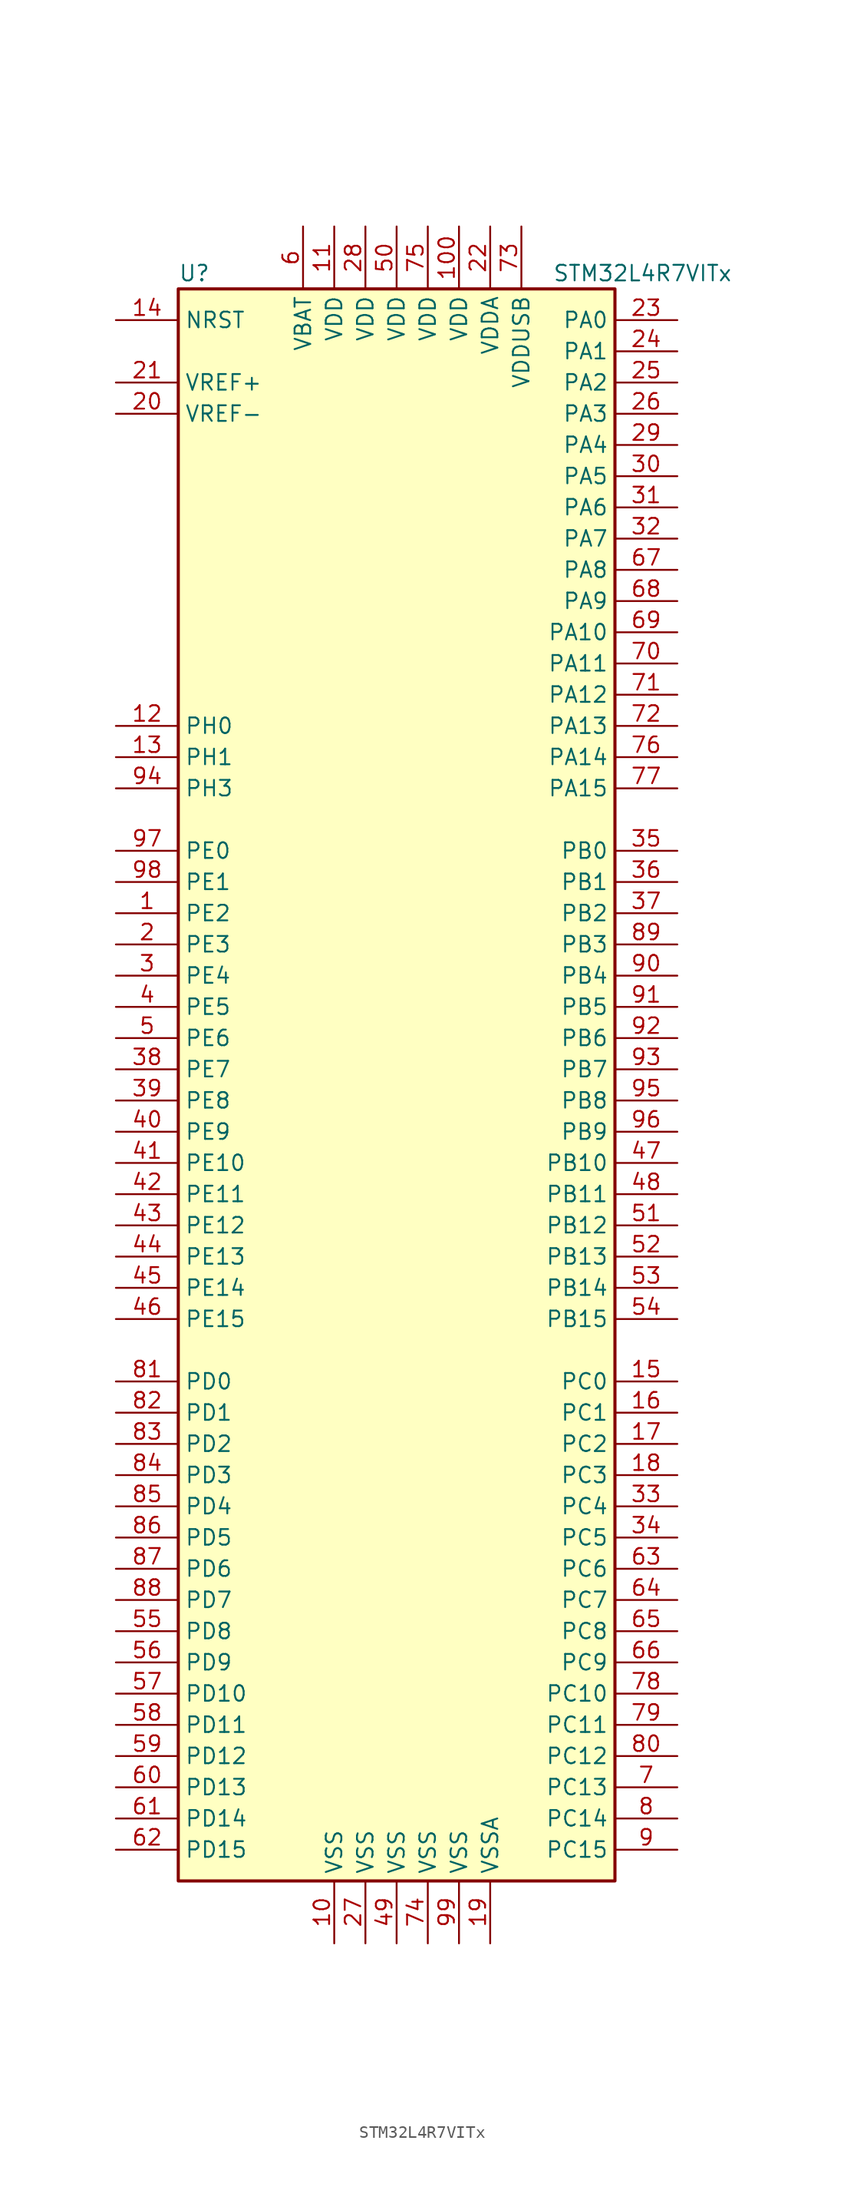
<source format=kicad_sym>
(kicad_symbol_lib
  (version 20220914)
  (generator kicad_symbol_editor)
  (symbol "STM32L4R7VITx"
    (property "Reference" "U"
      (at -17.78 64.77 0)
      (effects (font (size 1.27 1.27)) (justify left)))
    (property "Value" "STM32L4R7VITx"
      (at 12.7 64.77 0)
      (effects (font (size 1.27 1.27)) (justify left)))
    (symbol "STM32L4R7VITx_0_1"
      (rectangle (start -17.78 -66.04) (end 17.78 63.5) (stroke (width 0.254) (type default)) (fill (type background))))
    (symbol "STM32L4R7VITx_1_1"
      (pin bidirectional line (at -22.86 12.7 0) (length 5.08) (name "PE2" (effects (font (size 1.27 1.27)))) (number "1" (effects (font (size 1.27 1.27)))))
      (pin power_in line (at -5.08 -71.12 90) (length 5.08) (name "VSS" (effects (font (size 1.27 1.27)))) (number "10" (effects (font (size 1.27 1.27)))))
      (pin power_in line (at 5.08 68.58 270) (length 5.08) (name "VDD" (effects (font (size 1.27 1.27)))) (number "100" (effects (font (size 1.27 1.27)))))
      (pin power_in line (at -5.08 68.58 270) (length 5.08) (name "VDD" (effects (font (size 1.27 1.27)))) (number "11" (effects (font (size 1.27 1.27)))))
      (pin input line (at -22.86 27.94 0) (length 5.08) (name "PH0" (effects (font (size 1.27 1.27)))) (number "12" (effects (font (size 1.27 1.27)))))
      (pin input line (at -22.86 25.4 0) (length 5.08) (name "PH1" (effects (font (size 1.27 1.27)))) (number "13" (effects (font (size 1.27 1.27)))))
      (pin input line (at -22.86 60.96 0) (length 5.08) (name "NRST" (effects (font (size 1.27 1.27)))) (number "14" (effects (font (size 1.27 1.27)))))
      (pin bidirectional line (at 22.86 -25.4 180) (length 5.08) (name "PC0" (effects (font (size 1.27 1.27)))) (number "15" (effects (font (size 1.27 1.27)))))
      (pin bidirectional line (at 22.86 -27.94 180) (length 5.08) (name "PC1" (effects (font (size 1.27 1.27)))) (number "16" (effects (font (size 1.27 1.27)))))
      (pin bidirectional line (at 22.86 -30.48 180) (length 5.08) (name "PC2" (effects (font (size 1.27 1.27)))) (number "17" (effects (font (size 1.27 1.27)))))
      (pin bidirectional line (at 22.86 -33.02 180) (length 5.08) (name "PC3" (effects (font (size 1.27 1.27)))) (number "18" (effects (font (size 1.27 1.27)))))
      (pin power_in line (at 7.62 -71.12 90) (length 5.08) (name "VSSA" (effects (font (size 1.27 1.27)))) (number "19" (effects (font (size 1.27 1.27)))))
      (pin bidirectional line (at -22.86 10.16 0) (length 5.08) (name "PE3" (effects (font (size 1.27 1.27)))) (number "2" (effects (font (size 1.27 1.27)))))
      (pin power_in line (at -22.86 53.34 0) (length 5.08) (name "VREF-" (effects (font (size 1.27 1.27)))) (number "20" (effects (font (size 1.27 1.27)))))
      (pin bidirectional line (at -22.86 55.88 0) (length 5.08) (name "VREF+" (effects (font (size 1.27 1.27)))) (number "21" (effects (font (size 1.27 1.27)))))
      (pin power_in line (at 7.62 68.58 270) (length 5.08) (name "VDDA" (effects (font (size 1.27 1.27)))) (number "22" (effects (font (size 1.27 1.27)))))
      (pin bidirectional line (at 22.86 60.96 180) (length 5.08) (name "PA0" (effects (font (size 1.27 1.27)))) (number "23" (effects (font (size 1.27 1.27)))))
      (pin bidirectional line (at 22.86 58.42 180) (length 5.08) (name "PA1" (effects (font (size 1.27 1.27)))) (number "24" (effects (font (size 1.27 1.27)))))
      (pin bidirectional line (at 22.86 55.88 180) (length 5.08) (name "PA2" (effects (font (size 1.27 1.27)))) (number "25" (effects (font (size 1.27 1.27)))))
      (pin bidirectional line (at 22.86 53.34 180) (length 5.08) (name "PA3" (effects (font (size 1.27 1.27)))) (number "26" (effects (font (size 1.27 1.27)))))
      (pin power_in line (at -2.54 -71.12 90) (length 5.08) (name "VSS" (effects (font (size 1.27 1.27)))) (number "27" (effects (font (size 1.27 1.27)))))
      (pin power_in line (at -2.54 68.58 270) (length 5.08) (name "VDD" (effects (font (size 1.27 1.27)))) (number "28" (effects (font (size 1.27 1.27)))))
      (pin bidirectional line (at 22.86 50.8 180) (length 5.08) (name "PA4" (effects (font (size 1.27 1.27)))) (number "29" (effects (font (size 1.27 1.27)))))
      (pin bidirectional line (at -22.86 7.62 0) (length 5.08) (name "PE4" (effects (font (size 1.27 1.27)))) (number "3" (effects (font (size 1.27 1.27)))))
      (pin bidirectional line (at 22.86 48.26 180) (length 5.08) (name "PA5" (effects (font (size 1.27 1.27)))) (number "30" (effects (font (size 1.27 1.27)))))
      (pin bidirectional line (at 22.86 45.72 180) (length 5.08) (name "PA6" (effects (font (size 1.27 1.27)))) (number "31" (effects (font (size 1.27 1.27)))))
      (pin bidirectional line (at 22.86 43.18 180) (length 5.08) (name "PA7" (effects (font (size 1.27 1.27)))) (number "32" (effects (font (size 1.27 1.27)))))
      (pin bidirectional line (at 22.86 -35.56 180) (length 5.08) (name "PC4" (effects (font (size 1.27 1.27)))) (number "33" (effects (font (size 1.27 1.27)))))
      (pin bidirectional line (at 22.86 -38.1 180) (length 5.08) (name "PC5" (effects (font (size 1.27 1.27)))) (number "34" (effects (font (size 1.27 1.27)))))
      (pin bidirectional line (at 22.86 17.78 180) (length 5.08) (name "PB0" (effects (font (size 1.27 1.27)))) (number "35" (effects (font (size 1.27 1.27)))))
      (pin bidirectional line (at 22.86 15.24 180) (length 5.08) (name "PB1" (effects (font (size 1.27 1.27)))) (number "36" (effects (font (size 1.27 1.27)))))
      (pin bidirectional line (at 22.86 12.7 180) (length 5.08) (name "PB2" (effects (font (size 1.27 1.27)))) (number "37" (effects (font (size 1.27 1.27)))))
      (pin bidirectional line (at -22.86 0 0) (length 5.08) (name "PE7" (effects (font (size 1.27 1.27)))) (number "38" (effects (font (size 1.27 1.27)))))
      (pin bidirectional line (at -22.86 -2.54 0) (length 5.08) (name "PE8" (effects (font (size 1.27 1.27)))) (number "39" (effects (font (size 1.27 1.27)))))
      (pin bidirectional line (at -22.86 5.08 0) (length 5.08) (name "PE5" (effects (font (size 1.27 1.27)))) (number "4" (effects (font (size 1.27 1.27)))))
      (pin bidirectional line (at -22.86 -5.08 0) (length 5.08) (name "PE9" (effects (font (size 1.27 1.27)))) (number "40" (effects (font (size 1.27 1.27)))))
      (pin bidirectional line (at -22.86 -7.62 0) (length 5.08) (name "PE10" (effects (font (size 1.27 1.27)))) (number "41" (effects (font (size 1.27 1.27)))))
      (pin bidirectional line (at -22.86 -10.16 0) (length 5.08) (name "PE11" (effects (font (size 1.27 1.27)))) (number "42" (effects (font (size 1.27 1.27)))))
      (pin bidirectional line (at -22.86 -12.7 0) (length 5.08) (name "PE12" (effects (font (size 1.27 1.27)))) (number "43" (effects (font (size 1.27 1.27)))))
      (pin bidirectional line (at -22.86 -15.24 0) (length 5.08) (name "PE13" (effects (font (size 1.27 1.27)))) (number "44" (effects (font (size 1.27 1.27)))))
      (pin bidirectional line (at -22.86 -17.78 0) (length 5.08) (name "PE14" (effects (font (size 1.27 1.27)))) (number "45" (effects (font (size 1.27 1.27)))))
      (pin bidirectional line (at -22.86 -20.32 0) (length 5.08) (name "PE15" (effects (font (size 1.27 1.27)))) (number "46" (effects (font (size 1.27 1.27)))))
      (pin bidirectional line (at 22.86 -7.62 180) (length 5.08) (name "PB10" (effects (font (size 1.27 1.27)))) (number "47" (effects (font (size 1.27 1.27)))))
      (pin bidirectional line (at 22.86 -10.16 180) (length 5.08) (name "PB11" (effects (font (size 1.27 1.27)))) (number "48" (effects (font (size 1.27 1.27)))))
      (pin power_in line (at 0 -71.12 90) (length 5.08) (name "VSS" (effects (font (size 1.27 1.27)))) (number "49" (effects (font (size 1.27 1.27)))))
      (pin bidirectional line (at -22.86 2.54 0) (length 5.08) (name "PE6" (effects (font (size 1.27 1.27)))) (number "5" (effects (font (size 1.27 1.27)))))
      (pin power_in line (at 0 68.58 270) (length 5.08) (name "VDD" (effects (font (size 1.27 1.27)))) (number "50" (effects (font (size 1.27 1.27)))))
      (pin bidirectional line (at 22.86 -12.7 180) (length 5.08) (name "PB12" (effects (font (size 1.27 1.27)))) (number "51" (effects (font (size 1.27 1.27)))))
      (pin bidirectional line (at 22.86 -15.24 180) (length 5.08) (name "PB13" (effects (font (size 1.27 1.27)))) (number "52" (effects (font (size 1.27 1.27)))))
      (pin bidirectional line (at 22.86 -17.78 180) (length 5.08) (name "PB14" (effects (font (size 1.27 1.27)))) (number "53" (effects (font (size 1.27 1.27)))))
      (pin bidirectional line (at 22.86 -20.32 180) (length 5.08) (name "PB15" (effects (font (size 1.27 1.27)))) (number "54" (effects (font (size 1.27 1.27)))))
      (pin bidirectional line (at -22.86 -45.72 0) (length 5.08) (name "PD8" (effects (font (size 1.27 1.27)))) (number "55" (effects (font (size 1.27 1.27)))))
      (pin bidirectional line (at -22.86 -48.26 0) (length 5.08) (name "PD9" (effects (font (size 1.27 1.27)))) (number "56" (effects (font (size 1.27 1.27)))))
      (pin bidirectional line (at -22.86 -50.8 0) (length 5.08) (name "PD10" (effects (font (size 1.27 1.27)))) (number "57" (effects (font (size 1.27 1.27)))))
      (pin bidirectional line (at -22.86 -53.34 0) (length 5.08) (name "PD11" (effects (font (size 1.27 1.27)))) (number "58" (effects (font (size 1.27 1.27)))))
      (pin bidirectional line (at -22.86 -55.88 0) (length 5.08) (name "PD12" (effects (font (size 1.27 1.27)))) (number "59" (effects (font (size 1.27 1.27)))))
      (pin power_in line (at -7.62 68.58 270) (length 5.08) (name "VBAT" (effects (font (size 1.27 1.27)))) (number "6" (effects (font (size 1.27 1.27)))))
      (pin bidirectional line (at -22.86 -58.42 0) (length 5.08) (name "PD13" (effects (font (size 1.27 1.27)))) (number "60" (effects (font (size 1.27 1.27)))))
      (pin bidirectional line (at -22.86 -60.96 0) (length 5.08) (name "PD14" (effects (font (size 1.27 1.27)))) (number "61" (effects (font (size 1.27 1.27)))))
      (pin bidirectional line (at -22.86 -63.5 0) (length 5.08) (name "PD15" (effects (font (size 1.27 1.27)))) (number "62" (effects (font (size 1.27 1.27)))))
      (pin bidirectional line (at 22.86 -40.64 180) (length 5.08) (name "PC6" (effects (font (size 1.27 1.27)))) (number "63" (effects (font (size 1.27 1.27)))))
      (pin bidirectional line (at 22.86 -43.18 180) (length 5.08) (name "PC7" (effects (font (size 1.27 1.27)))) (number "64" (effects (font (size 1.27 1.27)))))
      (pin bidirectional line (at 22.86 -45.72 180) (length 5.08) (name "PC8" (effects (font (size 1.27 1.27)))) (number "65" (effects (font (size 1.27 1.27)))))
      (pin bidirectional line (at 22.86 -48.26 180) (length 5.08) (name "PC9" (effects (font (size 1.27 1.27)))) (number "66" (effects (font (size 1.27 1.27)))))
      (pin bidirectional line (at 22.86 40.64 180) (length 5.08) (name "PA8" (effects (font (size 1.27 1.27)))) (number "67" (effects (font (size 1.27 1.27)))))
      (pin bidirectional line (at 22.86 38.1 180) (length 5.08) (name "PA9" (effects (font (size 1.27 1.27)))) (number "68" (effects (font (size 1.27 1.27)))))
      (pin bidirectional line (at 22.86 35.56 180) (length 5.08) (name "PA10" (effects (font (size 1.27 1.27)))) (number "69" (effects (font (size 1.27 1.27)))))
      (pin bidirectional line (at 22.86 -58.42 180) (length 5.08) (name "PC13" (effects (font (size 1.27 1.27)))) (number "7" (effects (font (size 1.27 1.27)))))
      (pin bidirectional line (at 22.86 33.02 180) (length 5.08) (name "PA11" (effects (font (size 1.27 1.27)))) (number "70" (effects (font (size 1.27 1.27)))))
      (pin bidirectional line (at 22.86 30.48 180) (length 5.08) (name "PA12" (effects (font (size 1.27 1.27)))) (number "71" (effects (font (size 1.27 1.27)))))
      (pin bidirectional line (at 22.86 27.94 180) (length 5.08) (name "PA13" (effects (font (size 1.27 1.27)))) (number "72" (effects (font (size 1.27 1.27)))))
      (pin power_in line (at 10.16 68.58 270) (length 5.08) (name "VDDUSB" (effects (font (size 1.27 1.27)))) (number "73" (effects (font (size 1.27 1.27)))))
      (pin power_in line (at 2.54 -71.12 90) (length 5.08) (name "VSS" (effects (font (size 1.27 1.27)))) (number "74" (effects (font (size 1.27 1.27)))))
      (pin power_in line (at 2.54 68.58 270) (length 5.08) (name "VDD" (effects (font (size 1.27 1.27)))) (number "75" (effects (font (size 1.27 1.27)))))
      (pin bidirectional line (at 22.86 25.4 180) (length 5.08) (name "PA14" (effects (font (size 1.27 1.27)))) (number "76" (effects (font (size 1.27 1.27)))))
      (pin bidirectional line (at 22.86 22.86 180) (length 5.08) (name "PA15" (effects (font (size 1.27 1.27)))) (number "77" (effects (font (size 1.27 1.27)))))
      (pin bidirectional line (at 22.86 -50.8 180) (length 5.08) (name "PC10" (effects (font (size 1.27 1.27)))) (number "78" (effects (font (size 1.27 1.27)))))
      (pin bidirectional line (at 22.86 -53.34 180) (length 5.08) (name "PC11" (effects (font (size 1.27 1.27)))) (number "79" (effects (font (size 1.27 1.27)))))
      (pin bidirectional line (at 22.86 -60.96 180) (length 5.08) (name "PC14" (effects (font (size 1.27 1.27)))) (number "8" (effects (font (size 1.27 1.27)))))
      (pin bidirectional line (at 22.86 -55.88 180) (length 5.08) (name "PC12" (effects (font (size 1.27 1.27)))) (number "80" (effects (font (size 1.27 1.27)))))
      (pin bidirectional line (at -22.86 -25.4 0) (length 5.08) (name "PD0" (effects (font (size 1.27 1.27)))) (number "81" (effects (font (size 1.27 1.27)))))
      (pin bidirectional line (at -22.86 -27.94 0) (length 5.08) (name "PD1" (effects (font (size 1.27 1.27)))) (number "82" (effects (font (size 1.27 1.27)))))
      (pin bidirectional line (at -22.86 -30.48 0) (length 5.08) (name "PD2" (effects (font (size 1.27 1.27)))) (number "83" (effects (font (size 1.27 1.27)))))
      (pin bidirectional line (at -22.86 -33.02 0) (length 5.08) (name "PD3" (effects (font (size 1.27 1.27)))) (number "84" (effects (font (size 1.27 1.27)))))
      (pin bidirectional line (at -22.86 -35.56 0) (length 5.08) (name "PD4" (effects (font (size 1.27 1.27)))) (number "85" (effects (font (size 1.27 1.27)))))
      (pin bidirectional line (at -22.86 -38.1 0) (length 5.08) (name "PD5" (effects (font (size 1.27 1.27)))) (number "86" (effects (font (size 1.27 1.27)))))
      (pin bidirectional line (at -22.86 -40.64 0) (length 5.08) (name "PD6" (effects (font (size 1.27 1.27)))) (number "87" (effects (font (size 1.27 1.27)))))
      (pin bidirectional line (at -22.86 -43.18 0) (length 5.08) (name "PD7" (effects (font (size 1.27 1.27)))) (number "88" (effects (font (size 1.27 1.27)))))
      (pin bidirectional line (at 22.86 10.16 180) (length 5.08) (name "PB3" (effects (font (size 1.27 1.27)))) (number "89" (effects (font (size 1.27 1.27)))))
      (pin bidirectional line (at 22.86 -63.5 180) (length 5.08) (name "PC15" (effects (font (size 1.27 1.27)))) (number "9" (effects (font (size 1.27 1.27)))))
      (pin bidirectional line (at 22.86 7.62 180) (length 5.08) (name "PB4" (effects (font (size 1.27 1.27)))) (number "90" (effects (font (size 1.27 1.27)))))
      (pin bidirectional line (at 22.86 5.08 180) (length 5.08) (name "PB5" (effects (font (size 1.27 1.27)))) (number "91" (effects (font (size 1.27 1.27)))))
      (pin bidirectional line (at 22.86 2.54 180) (length 5.08) (name "PB6" (effects (font (size 1.27 1.27)))) (number "92" (effects (font (size 1.27 1.27)))))
      (pin bidirectional line (at 22.86 0 180) (length 5.08) (name "PB7" (effects (font (size 1.27 1.27)))) (number "93" (effects (font (size 1.27 1.27)))))
      (pin bidirectional line (at -22.86 22.86 0) (length 5.08) (name "PH3" (effects (font (size 1.27 1.27)))) (number "94" (effects (font (size 1.27 1.27)))))
      (pin bidirectional line (at 22.86 -2.54 180) (length 5.08) (name "PB8" (effects (font (size 1.27 1.27)))) (number "95" (effects (font (size 1.27 1.27)))))
      (pin bidirectional line (at 22.86 -5.08 180) (length 5.08) (name "PB9" (effects (font (size 1.27 1.27)))) (number "96" (effects (font (size 1.27 1.27)))))
      (pin bidirectional line (at -22.86 17.78 0) (length 5.08) (name "PE0" (effects (font (size 1.27 1.27)))) (number "97" (effects (font (size 1.27 1.27)))))
      (pin bidirectional line (at -22.86 15.24 0) (length 5.08) (name "PE1" (effects (font (size 1.27 1.27)))) (number "98" (effects (font (size 1.27 1.27)))))
      (pin power_in line (at 5.08 -71.12 90) (length 5.08) (name "VSS" (effects (font (size 1.27 1.27)))) (number "99" (effects (font (size 1.27 1.27))))))))
</source>
